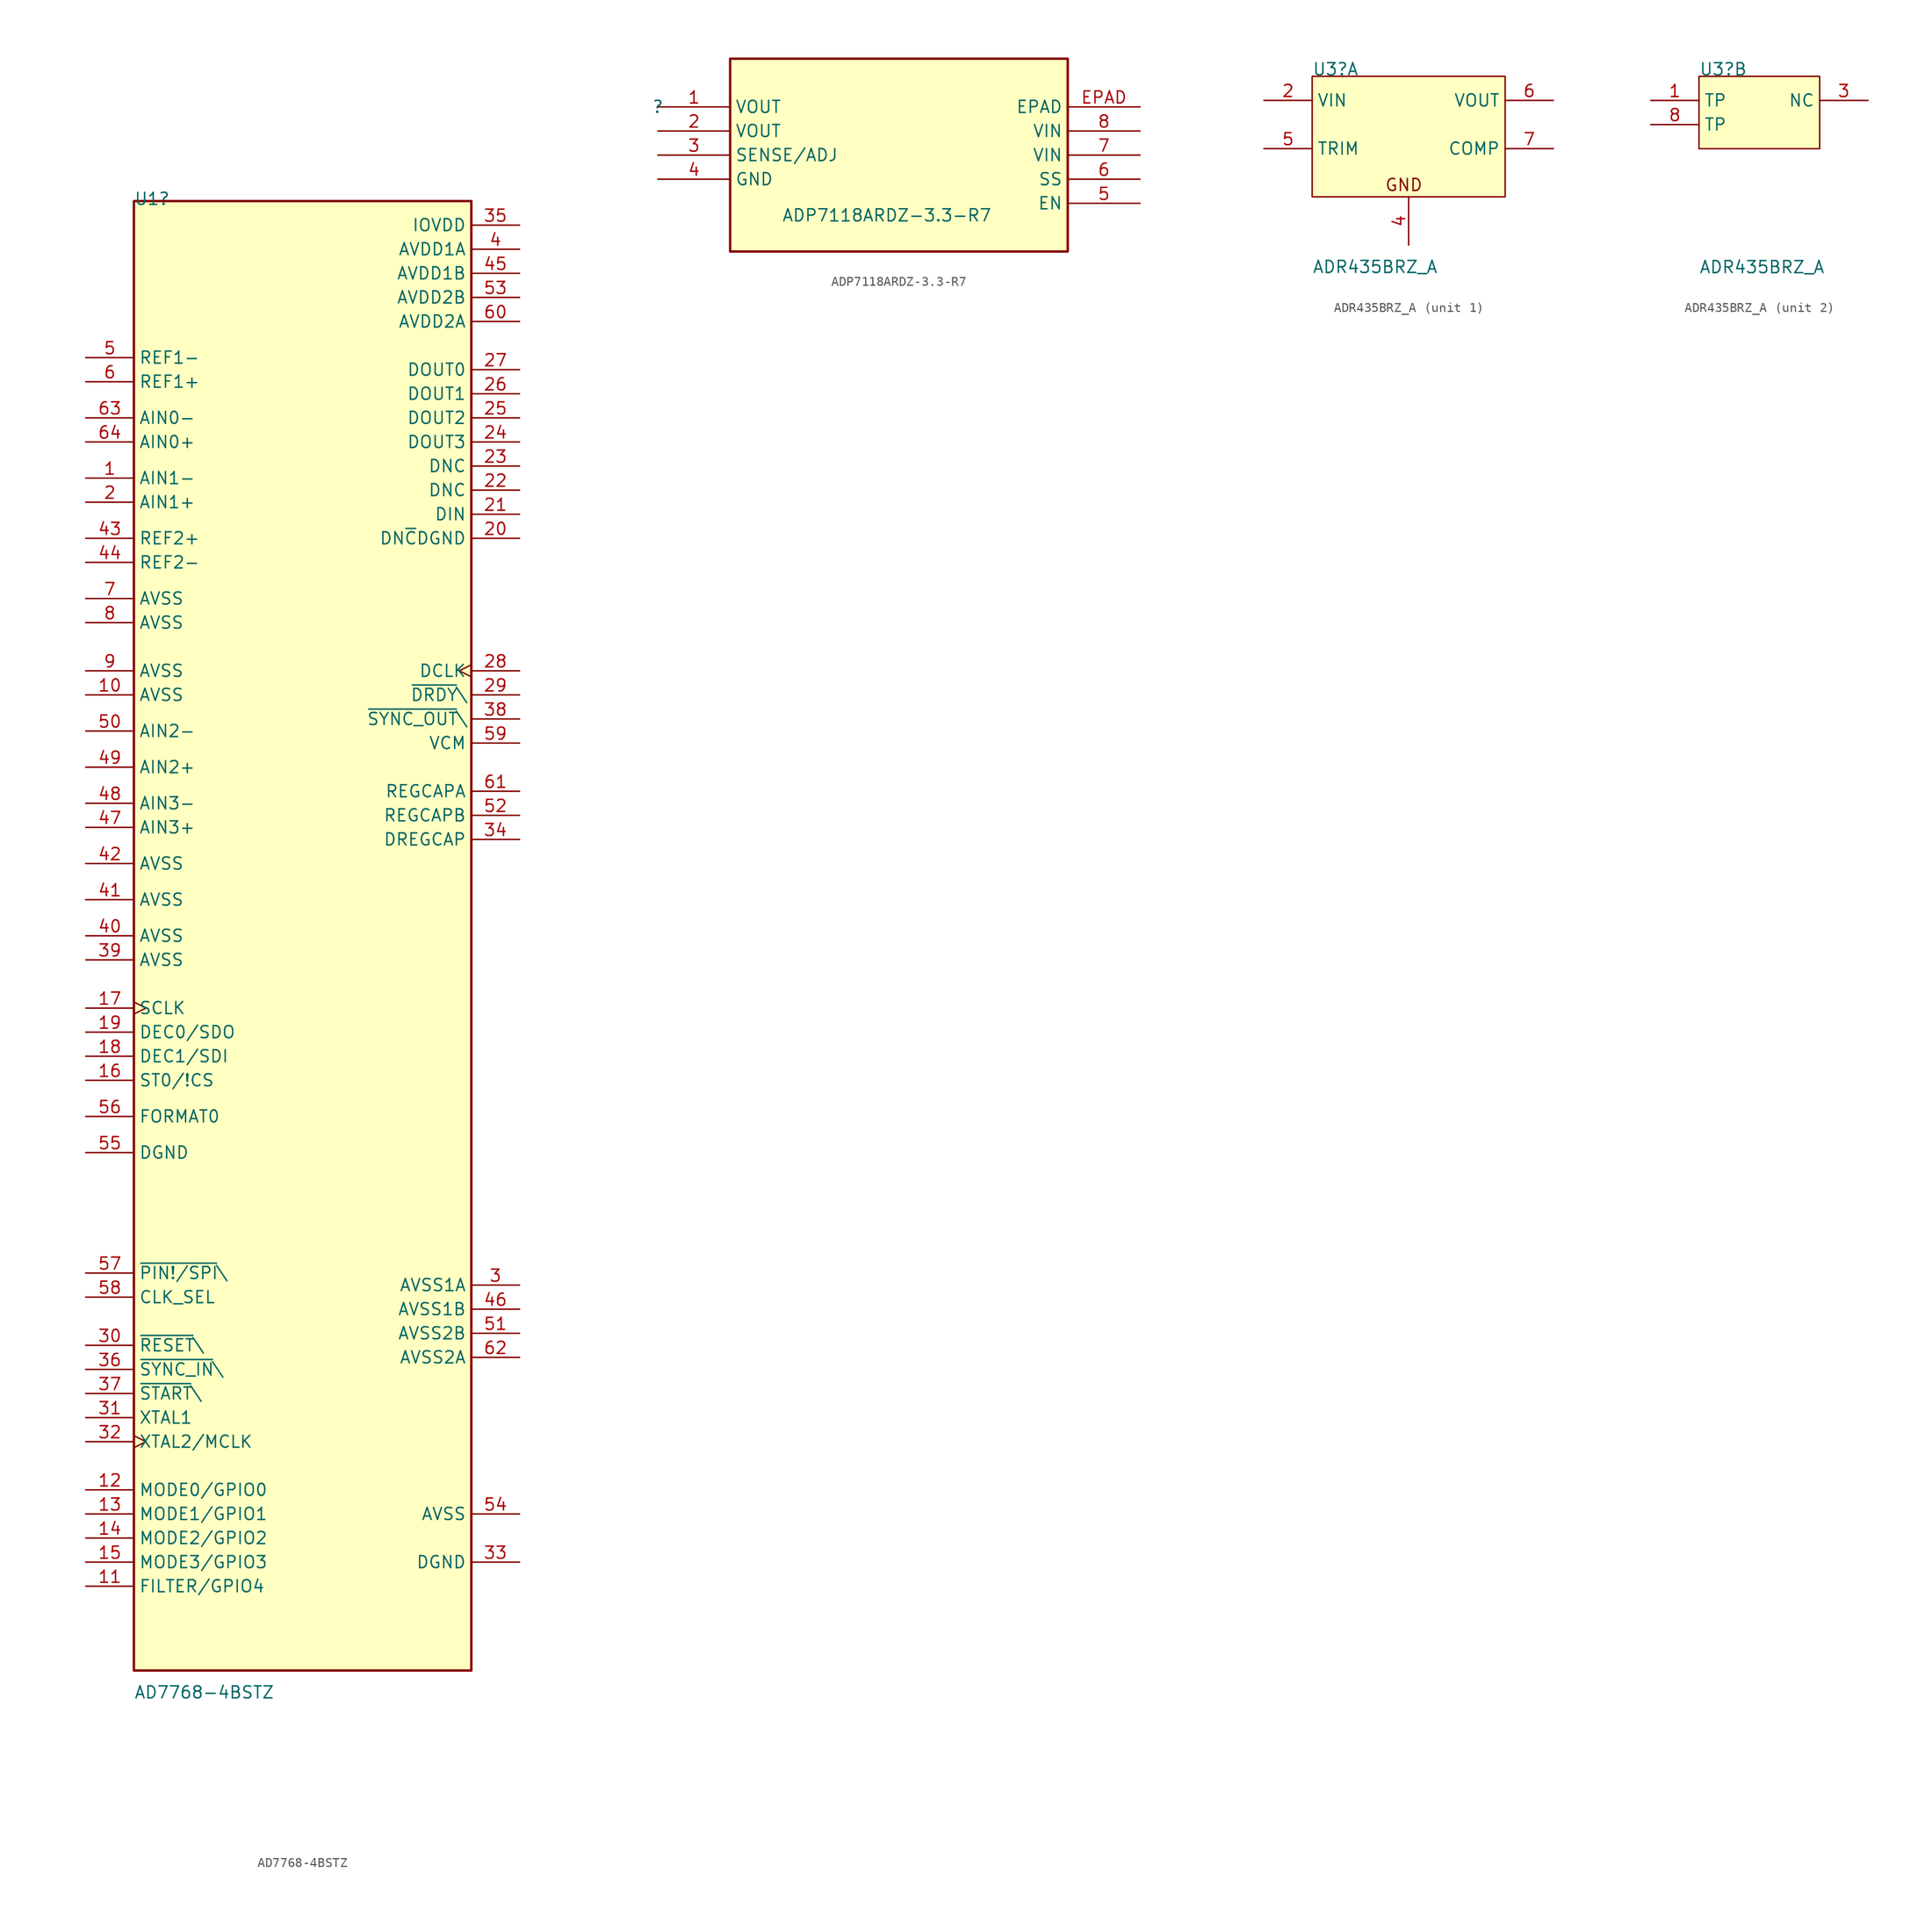
<source format=kicad_sym>
(kicad_symbol_lib
  (version 20211014)
  (generator kicad_symbol_editor)
  (symbol "AD7768-4BSTZ"
    (property "Reference" "U1"
      (at -17.78 65.532 0)
      (effects (font (size 1.27 1.27)) (justify left bottom)))
    (property "Value" "AD7768-4BSTZ"
      (at -17.78 -91.948 0)
      (effects (font (size 1.27 1.27)) (justify left bottom)))
    (symbol "AD7768-4BSTZ_1_0"
      (rectangle (start 17.78 66.04) (end -17.78 -88.9) (stroke (width 0.254) (type default) (color 0 0 0 0)) (fill (type background)))
      (pin input line (at -22.86 36.83 0) (length 5.08) (name "AIN1-" (effects (font (size 1.27 1.27)))) (number "1" (effects (font (size 1.27 1.27)))))
      (pin input line (at -22.86 13.97 0) (length 5.08) (name "AVSS" (effects (font (size 1.27 1.27)))) (number "10" (effects (font (size 1.27 1.27)))))
      (pin bidirectional line (at -22.86 -80.01 0) (length 5.08) (name "FILTER/GPIO4" (effects (font (size 1.27 1.27)))) (number "11" (effects (font (size 1.27 1.27)))))
      (pin bidirectional line (at -22.86 -69.85 0) (length 5.08) (name "MODE0/GPIO0" (effects (font (size 1.27 1.27)))) (number "12" (effects (font (size 1.27 1.27)))))
      (pin bidirectional line (at -22.86 -72.39 0) (length 5.08) (name "MODE1/GPIO1" (effects (font (size 1.27 1.27)))) (number "13" (effects (font (size 1.27 1.27)))))
      (pin bidirectional line (at -22.86 -74.93 0) (length 5.08) (name "MODE2/GPIO2" (effects (font (size 1.27 1.27)))) (number "14" (effects (font (size 1.27 1.27)))))
      (pin bidirectional line (at -22.86 -77.47 0) (length 5.08) (name "MODE3/GPIO3" (effects (font (size 1.27 1.27)))) (number "15" (effects (font (size 1.27 1.27)))))
      (pin input line (at -22.86 -26.67 0) (length 5.08) (name "ST0/!CS" (effects (font (size 1.27 1.27)))) (number "16" (effects (font (size 1.27 1.27)))))
      (pin input clock (at -22.86 -19.05 0) (length 5.08) (name "SCLK" (effects (font (size 1.27 1.27)))) (number "17" (effects (font (size 1.27 1.27)))))
      (pin input line (at -22.86 -24.13 0) (length 5.08) (name "DEC1/SDI" (effects (font (size 1.27 1.27)))) (number "18" (effects (font (size 1.27 1.27)))))
      (pin bidirectional line (at -22.86 -21.59 0) (length 5.08) (name "DEC0/SDO" (effects (font (size 1.27 1.27)))) (number "19" (effects (font (size 1.27 1.27)))))
      (pin input line (at -22.86 34.29 0) (length 5.08) (name "AIN1+" (effects (font (size 1.27 1.27)))) (number "2" (effects (font (size 1.27 1.27)))))
      (pin output line (at 22.86 30.48 180) (length 5.08) (name "DN~{C}DGND" (effects (font (size 1.27 1.27)))) (number "20" (effects (font (size 1.27 1.27)))))
      (pin output line (at 22.86 33.02 180) (length 5.08) (name "DIN" (effects (font (size 1.27 1.27)))) (number "21" (effects (font (size 1.27 1.27)))))
      (pin output line (at 22.86 35.56 180) (length 5.08) (name "DNC" (effects (font (size 1.27 1.27)))) (number "22" (effects (font (size 1.27 1.27)))))
      (pin output line (at 22.86 38.1 180) (length 5.08) (name "DNC" (effects (font (size 1.27 1.27)))) (number "23" (effects (font (size 1.27 1.27)))))
      (pin output line (at 22.86 40.64 180) (length 5.08) (name "DOUT3" (effects (font (size 1.27 1.27)))) (number "24" (effects (font (size 1.27 1.27)))))
      (pin output line (at 22.86 43.18 180) (length 5.08) (name "DOUT2" (effects (font (size 1.27 1.27)))) (number "25" (effects (font (size 1.27 1.27)))))
      (pin output line (at 22.86 45.72 180) (length 5.08) (name "DOUT1" (effects (font (size 1.27 1.27)))) (number "26" (effects (font (size 1.27 1.27)))))
      (pin output line (at 22.86 48.26 180) (length 5.08) (name "DOUT0" (effects (font (size 1.27 1.27)))) (number "27" (effects (font (size 1.27 1.27)))))
      (pin output clock (at 22.86 16.51 180) (length 5.08) (name "DCLK" (effects (font (size 1.27 1.27)))) (number "28" (effects (font (size 1.27 1.27)))))
      (pin output line (at 22.86 13.97 180) (length 5.08) (name "~{DRDY}\\" (effects (font (size 1.27 1.27)))) (number "29" (effects (font (size 1.27 1.27)))))
      (pin power_in line (at 22.86 -48.26 180) (length 5.08) (name "AVSS1A" (effects (font (size 1.27 1.27)))) (number "3" (effects (font (size 1.27 1.27)))))
      (pin input line (at -22.86 -54.61 0) (length 5.08) (name "~{RESET}\\" (effects (font (size 1.27 1.27)))) (number "30" (effects (font (size 1.27 1.27)))))
      (pin input line (at -22.86 -62.23 0) (length 5.08) (name "XTAL1" (effects (font (size 1.27 1.27)))) (number "31" (effects (font (size 1.27 1.27)))))
      (pin input clock (at -22.86 -64.77 0) (length 5.08) (name "XTAL2/MCLK" (effects (font (size 1.27 1.27)))) (number "32" (effects (font (size 1.27 1.27)))))
      (pin power_in line (at 22.86 -77.47 180) (length 5.08) (name "DGND" (effects (font (size 1.27 1.27)))) (number "33" (effects (font (size 1.27 1.27)))))
      (pin output line (at 22.86 -1.27 180) (length 5.08) (name "DREGCAP" (effects (font (size 1.27 1.27)))) (number "34" (effects (font (size 1.27 1.27)))))
      (pin power_in line (at 22.86 63.5 180) (length 5.08) (name "IOVDD" (effects (font (size 1.27 1.27)))) (number "35" (effects (font (size 1.27 1.27)))))
      (pin input line (at -22.86 -57.15 0) (length 5.08) (name "~{SYNC_IN}\\" (effects (font (size 1.27 1.27)))) (number "36" (effects (font (size 1.27 1.27)))))
      (pin input line (at -22.86 -59.69 0) (length 5.08) (name "~{START}\\" (effects (font (size 1.27 1.27)))) (number "37" (effects (font (size 1.27 1.27)))))
      (pin output line (at 22.86 11.43 180) (length 5.08) (name "~{SYNC_OUT}\\" (effects (font (size 1.27 1.27)))) (number "38" (effects (font (size 1.27 1.27)))))
      (pin input line (at -22.86 -13.97 0) (length 5.08) (name "AVSS" (effects (font (size 1.27 1.27)))) (number "39" (effects (font (size 1.27 1.27)))))
      (pin power_in line (at 22.86 60.96 180) (length 5.08) (name "AVDD1A" (effects (font (size 1.27 1.27)))) (number "4" (effects (font (size 1.27 1.27)))))
      (pin input line (at -22.86 -11.43 0) (length 5.08) (name "AVSS" (effects (font (size 1.27 1.27)))) (number "40" (effects (font (size 1.27 1.27)))))
      (pin input line (at -22.86 -7.62 0) (length 5.08) (name "AVSS" (effects (font (size 1.27 1.27)))) (number "41" (effects (font (size 1.27 1.27)))))
      (pin input line (at -22.86 -3.81 0) (length 5.08) (name "AVSS" (effects (font (size 1.27 1.27)))) (number "42" (effects (font (size 1.27 1.27)))))
      (pin input line (at -22.86 30.48 0) (length 5.08) (name "REF2+" (effects (font (size 1.27 1.27)))) (number "43" (effects (font (size 1.27 1.27)))))
      (pin input line (at -22.86 27.94 0) (length 5.08) (name "REF2-" (effects (font (size 1.27 1.27)))) (number "44" (effects (font (size 1.27 1.27)))))
      (pin power_in line (at 22.86 58.42 180) (length 5.08) (name "AVDD1B" (effects (font (size 1.27 1.27)))) (number "45" (effects (font (size 1.27 1.27)))))
      (pin power_in line (at 22.86 -50.8 180) (length 5.08) (name "AVSS1B" (effects (font (size 1.27 1.27)))) (number "46" (effects (font (size 1.27 1.27)))))
      (pin input line (at -22.86 0 0) (length 5.08) (name "AIN3+" (effects (font (size 1.27 1.27)))) (number "47" (effects (font (size 1.27 1.27)))))
      (pin input line (at -22.86 2.54 0) (length 5.08) (name "AIN3-" (effects (font (size 1.27 1.27)))) (number "48" (effects (font (size 1.27 1.27)))))
      (pin input line (at -22.86 6.35 0) (length 5.08) (name "AIN2+" (effects (font (size 1.27 1.27)))) (number "49" (effects (font (size 1.27 1.27)))))
      (pin input line (at -22.86 49.53 0) (length 5.08) (name "REF1-" (effects (font (size 1.27 1.27)))) (number "5" (effects (font (size 1.27 1.27)))))
      (pin input line (at -22.86 10.16 0) (length 5.08) (name "AIN2-" (effects (font (size 1.27 1.27)))) (number "50" (effects (font (size 1.27 1.27)))))
      (pin power_in line (at 22.86 -53.34 180) (length 5.08) (name "AVSS2B" (effects (font (size 1.27 1.27)))) (number "51" (effects (font (size 1.27 1.27)))))
      (pin output line (at 22.86 1.27 180) (length 5.08) (name "REGCAPB" (effects (font (size 1.27 1.27)))) (number "52" (effects (font (size 1.27 1.27)))))
      (pin power_in line (at 22.86 55.88 180) (length 5.08) (name "AVDD2B" (effects (font (size 1.27 1.27)))) (number "53" (effects (font (size 1.27 1.27)))))
      (pin power_in line (at 22.86 -72.39 180) (length 5.08) (name "AVSS" (effects (font (size 1.27 1.27)))) (number "54" (effects (font (size 1.27 1.27)))))
      (pin input line (at -22.86 -34.29 0) (length 5.08) (name "DGND" (effects (font (size 1.27 1.27)))) (number "55" (effects (font (size 1.27 1.27)))))
      (pin input line (at -22.86 -30.48 0) (length 5.08) (name "FORMAT0" (effects (font (size 1.27 1.27)))) (number "56" (effects (font (size 1.27 1.27)))))
      (pin input line (at -22.86 -46.99 0) (length 5.08) (name "~{PIN!/SPI}\\" (effects (font (size 1.27 1.27)))) (number "57" (effects (font (size 1.27 1.27)))))
      (pin input line (at -22.86 -49.53 0) (length 5.08) (name "CLK_SEL" (effects (font (size 1.27 1.27)))) (number "58" (effects (font (size 1.27 1.27)))))
      (pin output line (at 22.86 8.89 180) (length 5.08) (name "VCM" (effects (font (size 1.27 1.27)))) (number "59" (effects (font (size 1.27 1.27)))))
      (pin input line (at -22.86 46.99 0) (length 5.08) (name "REF1+" (effects (font (size 1.27 1.27)))) (number "6" (effects (font (size 1.27 1.27)))))
      (pin power_in line (at 22.86 53.34 180) (length 5.08) (name "AVDD2A" (effects (font (size 1.27 1.27)))) (number "60" (effects (font (size 1.27 1.27)))))
      (pin output line (at 22.86 3.81 180) (length 5.08) (name "REGCAPA" (effects (font (size 1.27 1.27)))) (number "61" (effects (font (size 1.27 1.27)))))
      (pin power_in line (at 22.86 -55.88 180) (length 5.08) (name "AVSS2A" (effects (font (size 1.27 1.27)))) (number "62" (effects (font (size 1.27 1.27)))))
      (pin input line (at -22.86 43.18 0) (length 5.08) (name "AIN0-" (effects (font (size 1.27 1.27)))) (number "63" (effects (font (size 1.27 1.27)))))
      (pin input line (at -22.86 40.64 0) (length 5.08) (name "AIN0+" (effects (font (size 1.27 1.27)))) (number "64" (effects (font (size 1.27 1.27)))))
      (pin input line (at -22.86 24.13 0) (length 5.08) (name "AVSS" (effects (font (size 1.27 1.27)))) (number "7" (effects (font (size 1.27 1.27)))))
      (pin input line (at -22.86 21.59 0) (length 5.08) (name "AVSS" (effects (font (size 1.27 1.27)))) (number "8" (effects (font (size 1.27 1.27)))))
      (pin input line (at -22.86 16.51 0) (length 5.08) (name "AVSS" (effects (font (size 1.27 1.27)))) (number "9" (effects (font (size 1.27 1.27)))))))
  (symbol "ADP7118ARDZ-3.3-R7"
    (property "Reference" ""
      (at 0 0 0)
      (effects (font (size 1.27 1.27))))
    (property "Value" "ADP7118ARDZ-3.3-R7"
      (at 24.13 -11.43 0)
      (effects (font (size 1.27 1.27))))
    (symbol "ADP7118ARDZ-3.3-R7_1_0"
      (rectangle (start 43.18 5.08) (end 7.62 -15.24) (stroke (width 0.254) (type default) (color 0 0 0 0)) (fill (type background)))
      (pin power_in line (at 0 0 0) (length 7.62) (name "VOUT" (effects (font (size 1.27 1.27)))) (number "1" (effects (font (size 1.27 1.27)))))
      (pin power_in line (at 0 -2.54 0) (length 7.62) (name "VOUT" (effects (font (size 1.27 1.27)))) (number "2" (effects (font (size 1.27 1.27)))))
      (pin passive line (at 0 -5.08 0) (length 7.62) (name "SENSE/ADJ" (effects (font (size 1.27 1.27)))) (number "3" (effects (font (size 1.27 1.27)))))
      (pin passive line (at 0 -7.62 0) (length 7.62) (name "GND" (effects (font (size 1.27 1.27)))) (number "4" (effects (font (size 1.27 1.27)))))
      (pin passive line (at 50.8 -10.16 180) (length 7.62) (name "EN" (effects (font (size 1.27 1.27)))) (number "5" (effects (font (size 1.27 1.27)))))
      (pin passive line (at 50.8 -7.62 180) (length 7.62) (name "SS" (effects (font (size 1.27 1.27)))) (number "6" (effects (font (size 1.27 1.27)))))
      (pin passive line (at 50.8 -5.08 180) (length 7.62) (name "VIN" (effects (font (size 1.27 1.27)))) (number "7" (effects (font (size 1.27 1.27)))))
      (pin passive line (at 50.8 -2.54 180) (length 7.62) (name "VIN" (effects (font (size 1.27 1.27)))) (number "8" (effects (font (size 1.27 1.27)))))
      (pin passive line (at 50.8 0 180) (length 7.62) (name "EPAD" (effects (font (size 1.27 1.27)))) (number "EPAD" (effects (font (size 1.27 1.27)))))))
  (symbol "ADR435BRZ_A"
    (property "Reference" "U3"
      (at 0 0 0)
      (effects (font (size 1.27 1.27)) (justify left bottom)))
    (property "Value" "ADR435BRZ_A"
      (at 0 -20.828 0)
      (effects (font (size 1.27 1.27)) (justify left bottom)))
    (symbol "ADR435BRZ_A_1_0"
      (rectangle (start 20.32 0) (end 0 -12.7) (stroke (width 0) (type default) (color 0 0 0 0)) (fill (type background)))
      (text "GND" (at 7.62 -12.192 0) (effects (font (size 1.27 1.27)) (justify left bottom)))
      (pin power_in line (at -5.08 -2.54 0) (length 5.08) (name "VIN" (effects (font (size 1.27 1.27)))) (number "2" (effects (font (size 1.27 1.27)))))
      (pin power_in line (at 10.16 -17.78 90) (length 5.08) (name "GND" (effects (font (size 0 0)))) (number "4" (effects (font (size 1.27 1.27)))))
      (pin input line (at -5.08 -7.62 0) (length 5.08) (name "TRIM" (effects (font (size 1.27 1.27)))) (number "5" (effects (font (size 1.27 1.27)))))
      (pin power_in line (at 25.4 -2.54 180) (length 5.08) (name "VOUT" (effects (font (size 1.27 1.27)))) (number "6" (effects (font (size 1.27 1.27)))))
      (pin passive line (at 25.4 -7.62 180) (length 5.08) (name "COMP" (effects (font (size 1.27 1.27)))) (number "7" (effects (font (size 1.27 1.27))))))
    (symbol "ADR435BRZ_A_2_0"
      (rectangle (start 12.7 0) (end 0 -7.62) (stroke (width 0) (type default) (color 0 0 0 0)) (fill (type background)))
      (pin passive line (at -5.08 -2.54 0) (length 5.08) (name "TP" (effects (font (size 1.27 1.27)))) (number "1" (effects (font (size 1.27 1.27)))))
      (pin passive line (at 17.78 -2.54 180) (length 5.08) (name "NC" (effects (font (size 1.27 1.27)))) (number "3" (effects (font (size 1.27 1.27)))))
      (pin passive line (at -5.08 -5.08 0) (length 5.08) (name "TP" (effects (font (size 1.27 1.27)))) (number "8" (effects (font (size 1.27 1.27))))))))
</source>
